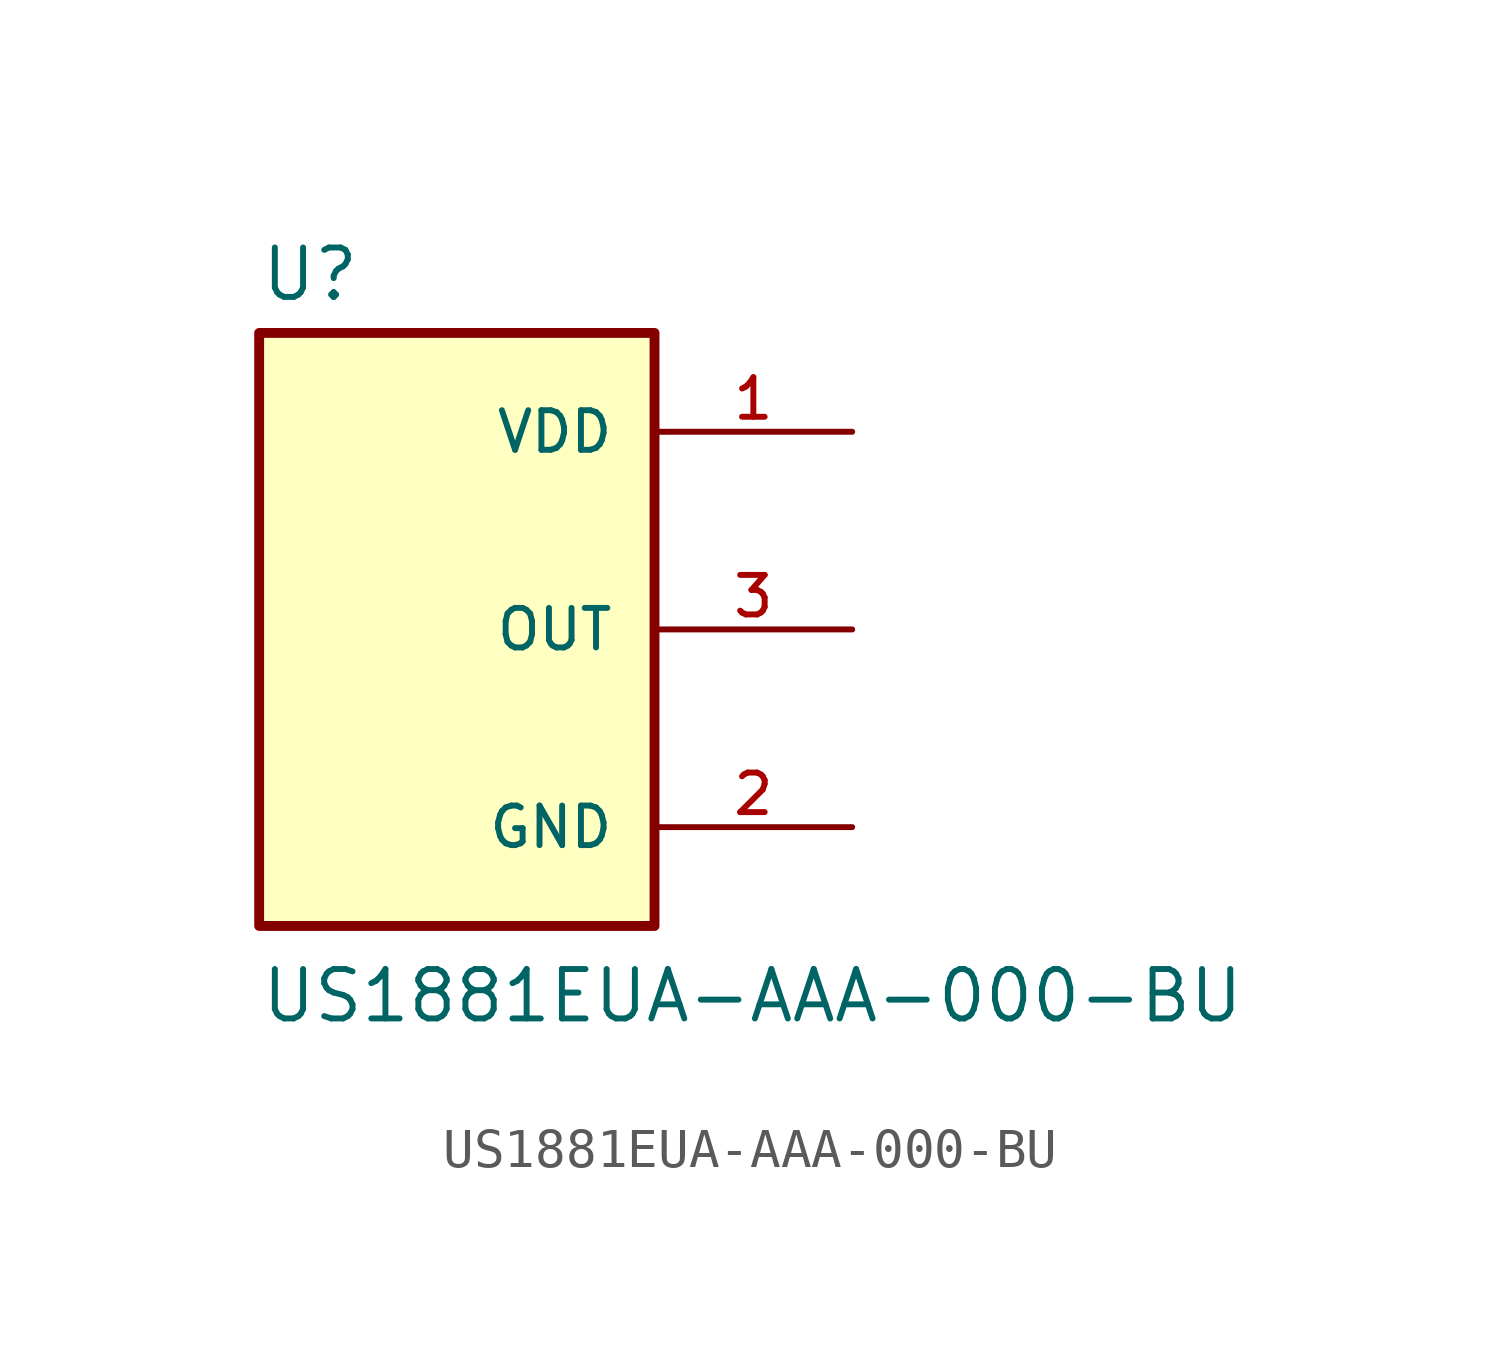
<source format=kicad_sym>
(kicad_symbol_lib
  (version 20231120)
  (generator "kicad_symbol_editor")
  (generator_version "8.0")
  (symbol "US1881EUA-AAA-000-BU"
    (pin_names
      (offset 1.016))
    (property "Reference" "U"
      (at -5.08 8.382 0)
      (effects (font (size 1.27 1.27)) (justify left bottom)))
    (property "Value" "US1881EUA-AAA-000-BU"
      (at -5.08 -10.16 0)
      (effects (font (size 1.27 1.27)) (justify left bottom)))
    (symbol "US1881EUA-AAA-000-BU_0_0"
      (rectangle (start -5.08 -7.62) (end 5.08 7.62) (stroke (width 0.254) (type default)) (fill (type background)))
      (pin power_in line (at 10.16 5.08 180) (length 5.08) (name "VDD" (effects (font (size 1.016 1.016)))) (number "1" (effects (font (size 1.016 1.016)))))
      (pin power_in line (at 10.16 -5.08 180) (length 5.08) (name "GND" (effects (font (size 1.016 1.016)))) (number "2" (effects (font (size 1.016 1.016)))))
      (pin output line (at 10.16 0 180) (length 5.08) (name "OUT" (effects (font (size 1.016 1.016)))) (number "3" (effects (font (size 1.016 1.016))))))))
</source>
